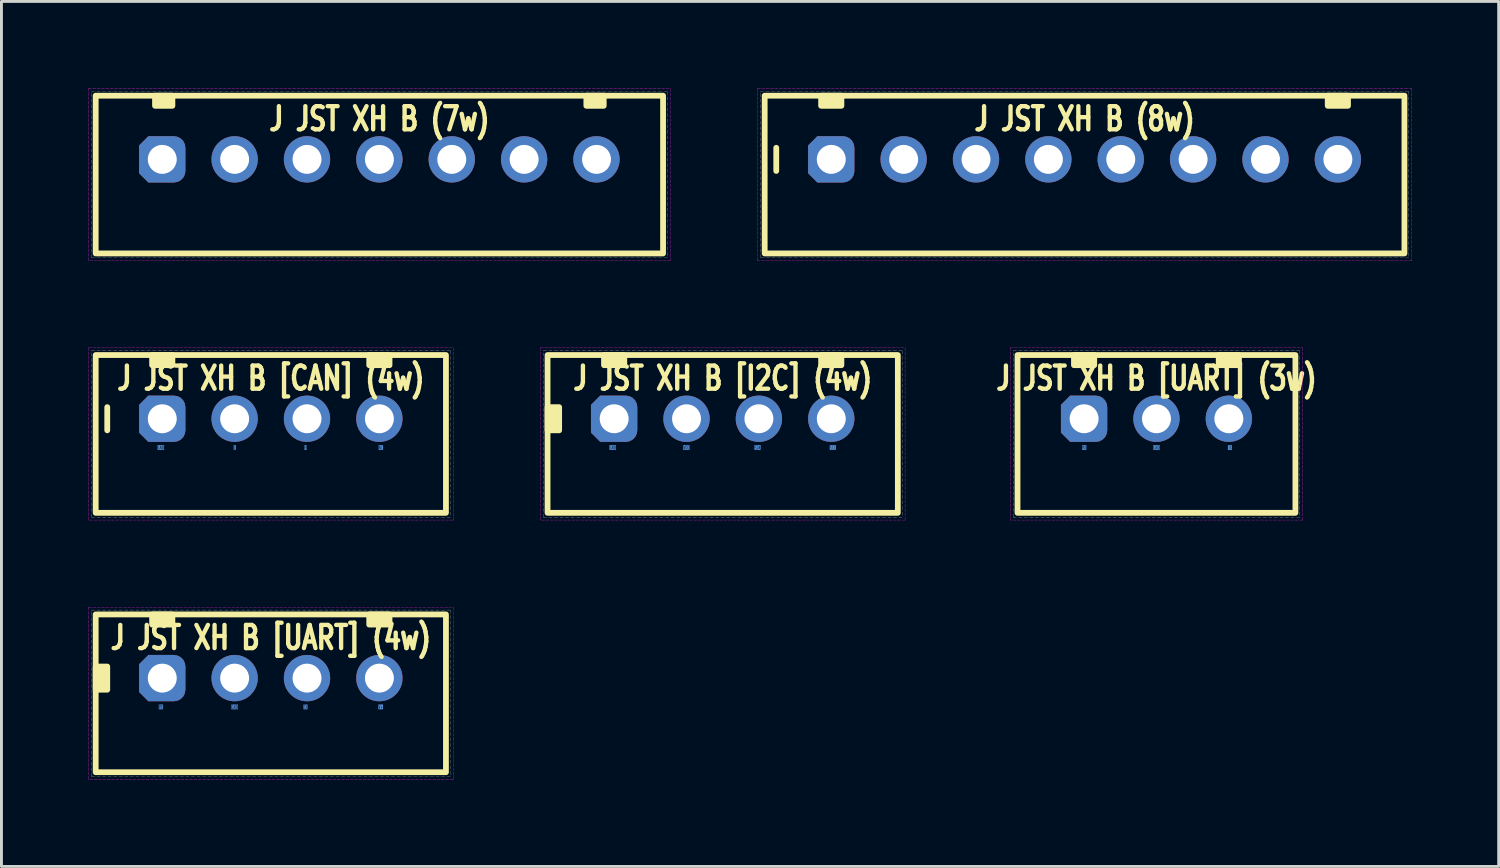
<source format=kicad_pcb>
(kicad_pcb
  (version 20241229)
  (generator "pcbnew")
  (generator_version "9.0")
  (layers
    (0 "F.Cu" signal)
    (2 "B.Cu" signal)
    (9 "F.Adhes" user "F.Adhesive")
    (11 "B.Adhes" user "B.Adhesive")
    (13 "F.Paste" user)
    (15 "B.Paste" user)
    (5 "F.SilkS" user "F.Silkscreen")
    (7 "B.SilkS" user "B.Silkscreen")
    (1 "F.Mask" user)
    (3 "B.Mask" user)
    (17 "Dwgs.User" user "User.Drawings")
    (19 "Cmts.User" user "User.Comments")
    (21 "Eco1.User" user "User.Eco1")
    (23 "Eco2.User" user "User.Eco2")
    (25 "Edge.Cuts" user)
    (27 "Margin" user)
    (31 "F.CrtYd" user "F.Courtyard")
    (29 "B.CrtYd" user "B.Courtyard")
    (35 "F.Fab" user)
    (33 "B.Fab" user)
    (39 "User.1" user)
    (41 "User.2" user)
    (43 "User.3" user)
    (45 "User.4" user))
  (footprint "J JST XH B [UART] (4w)"
    (layer "F.Cu")
    (at 6.305 20.375)
    (property "Reference" "J JST XH B [UART] (4w)" (at 0 -1.4 0) (layer "F.SilkS") (effects (font (size 0.8 0.6) (thickness 0.15) (bold yes))))
    (attr through_hole)
    (fp_rect (start -6.05 -2.2) (end 6.05 3.25) (stroke (width 0.2) (type default)) (fill no) (layer "F.SilkS"))
    (fp_rect (start -6.05 -0.4) (end -5.65 0.4) (stroke (width 0.2) (type solid)) (fill yes) (layer "F.SilkS"))
    (fp_rect (start -4.1 -2.2) (end -3.4 -1.85) (stroke (width 0.2) (type solid)) (fill yes) (layer "F.SilkS"))
    (fp_rect (start 4.1 -2.2) (end 3.4 -1.85) (stroke (width 0.2) (type solid)) (fill yes) (layer "F.SilkS"))
    (fp_rect (start -6.3 -2.45) (end 6.3 3.5) (stroke (width 0.01) (type dash)) (fill no) (layer "F.CrtYd"))
    (fp_rect (start -6.2 -2.35) (end 6.2 3.4) (stroke (width 0.01) (type dash_dot)) (fill no) (layer "F.Fab"))
    (fp_text user "GND" (at -1.25 1 0) (layer "Cmts.User" knockout) (effects (font (size 0.13 0.07) (thickness 0.01) (bold yes))))
    (fp_text user "RX" (at -3.8 1 0) (layer "Cmts.User" knockout) (effects (font (size 0.13 0.07) (thickness 0.01) (bold yes))))
    (fp_text user "V+" (at 3.8 1 0) (layer "Cmts.User" knockout) (effects (font (size 0.13 0.07) (thickness 0.01) (bold yes))))
    (fp_text user "TX" (at 1.2 1 0) (layer "Cmts.User" knockout) (effects (font (size 0.13 0.07) (thickness 0.01) (bold yes))))
    (pad "1" thru_hole roundrect (at -3.75 0) (size 1.6 1.6) (drill 1) (layers "*.Cu" "*.Mask") (roundrect_rratio 0.25) (chamfer_ratio 0.2) (chamfer top_left bottom_left))
    (pad "2" thru_hole circle (at -1.25 0) (size 1.6 1.6) (drill 1) (layers "*.Cu" "*.Mask"))
    (pad "3" thru_hole circle (at 1.25 0) (size 1.6 1.6) (drill 1) (layers "*.Cu" "*.Mask"))
    (pad "4" thru_hole circle (at 3.75 0) (size 1.6 1.6) (drill 1) (layers "*.Cu" "*.Mask")))
  (footprint "J JST XH B [UART] (3w)"
    (layer "F.Cu")
    (at 36.899 11.415)
    (property "Reference" "J JST XH B [UART] (3w)" (at 0 -1.4 0) (layer "F.SilkS") (effects (font (size 0.8 0.6) (thickness 0.15) (bold yes))))
    (attr through_hole)
    (fp_rect (start -4.8 -2.2) (end 4.8 3.25) (stroke (width 0.2) (type default)) (fill no) (layer "F.SilkS"))
    (fp_rect (start -2.85 -2.2) (end -2.15 -1.85) (stroke (width 0.2) (type solid)) (fill yes) (layer "F.SilkS"))
    (fp_rect (start 2.85 -2.2) (end 2.15 -1.85) (stroke (width 0.2) (type solid)) (fill yes) (layer "F.SilkS"))
    (fp_rect (start -5.05 -2.45) (end 5.05 3.5) (stroke (width 0.01) (type dash)) (fill no) (layer "F.CrtYd"))
    (fp_rect (start -4.95 -2.35) (end 4.95 3.4) (stroke (width 0.01) (type dash_dot)) (fill no) (layer "F.Fab"))
    (fp_text user "RX" (at -2.5 1 0) (layer "Cmts.User" knockout) (effects (font (size 0.13 0.07) (thickness 0.01) (bold yes))))
    (fp_text user "GND" (at 0 1 0) (layer "Cmts.User" knockout) (effects (font (size 0.13 0.07) (thickness 0.01) (bold yes))))
    (fp_text user "TX" (at 2.54 1 0) (layer "Cmts.User" knockout) (effects (font (size 0.13 0.07) (thickness 0.01) (bold yes))))
    (pad "1" thru_hole roundrect (at -2.5 0) (size 1.6 1.6) (drill 1) (layers "*.Cu" "B.Mask") (roundrect_rratio 0.25) (chamfer_ratio 0.2) (chamfer top_left bottom_left))
    (pad "2" thru_hole circle (at 0 0) (size 1.6 1.6) (drill 1) (layers "*.Cu" "B.Mask"))
    (pad "3" thru_hole circle (at 2.5 0) (size 1.6 1.6) (drill 1) (layers "*.Cu" "B.Mask")))
  (footprint "J JST XH B (7w)"
    (layer "F.Cu")
    (at 10.055 2.455)
    (property "Reference" "J JST XH B (7w)" (at 0 -1.4 0) (layer "F.SilkS") (effects (font (size 0.8 0.6) (thickness 0.15) (bold yes))))
    (attr through_hole)
    (fp_rect (start -9.8 -2.2) (end 9.8 3.25) (stroke (width 0.2) (type default)) (fill no) (layer "F.SilkS"))
    (fp_rect (start -7.75 -2.2) (end -7.15 -1.85) (stroke (width 0.2) (type solid)) (fill yes) (layer "F.SilkS"))
    (fp_rect (start 7.75 -2.2) (end 7.15 -1.85) (stroke (width 0.2) (type solid)) (fill yes) (layer "F.SilkS"))
    (fp_rect (start -10.05 -2.45) (end 10.05 3.5) (stroke (width 0.01) (type dash)) (fill no) (layer "F.CrtYd"))
    (fp_rect (start -9.95 -2.35) (end 9.95 3.4) (stroke (width 0.01) (type dash_dot)) (fill no) (layer "F.Fab"))
    (pad "1" thru_hole roundrect (at -7.5 0) (size 1.6 1.6) (drill 1) (layers "*.Cu" "B.Mask") (roundrect_rratio 0.25) (chamfer_ratio 0.2) (chamfer top_left bottom_left))
    (pad "2" thru_hole circle (at -5 0) (size 1.6 1.6) (drill 1) (layers "*.Cu" "B.Mask"))
    (pad "3" thru_hole circle (at -2.5 0) (size 1.6 1.6) (drill 1) (layers "*.Cu" "B.Mask"))
    (pad "4" thru_hole circle (at 0 0) (size 1.6 1.6) (drill 1) (layers "*.Cu" "B.Mask"))
    (pad "5" thru_hole circle (at 2.5 0) (size 1.6 1.6) (drill 1) (layers "*.Cu" "B.Mask"))
    (pad "6" thru_hole circle (at 5 0) (size 1.6 1.6) (drill 1) (layers "*.Cu" "B.Mask"))
    (pad "7" thru_hole circle (at 7.5 0) (size 1.6 1.6) (drill 1) (layers "*.Cu" "B.Mask")))
  (footprint "J JST XH B (8w)"
    (layer "F.Cu")
    (at 34.415 2.455)
    (property "Reference" "J JST XH B (8w)" (at 0 -1.4 0) (layer "F.SilkS") (effects (font (size 0.8 0.6) (thickness 0.15) (bold yes))))
    (attr through_hole)
    (fp_line (start -10.65 -0.4) (end -10.65 0.4) (stroke (width 0.2) (type default)) (layer "F.SilkS"))
    (fp_rect (start -11.05 -2.2) (end 11.05 3.25) (stroke (width 0.2) (type default)) (fill no) (layer "F.SilkS"))
    (fp_rect (start -9.1 -2.2) (end -8.4 -1.85) (stroke (width 0.2) (type solid)) (fill yes) (layer "F.SilkS"))
    (fp_rect (start 9.1 -2.2) (end 8.4 -1.85) (stroke (width 0.2) (type solid)) (fill yes) (layer "F.SilkS"))
    (fp_rect (start -11.3 -2.45) (end 11.3 3.5) (stroke (width 0.01) (type dash)) (fill no) (layer "F.CrtYd"))
    (fp_rect (start -11.2 -2.35) (end 11.2 3.4) (stroke (width 0.01) (type dash_dot)) (fill no) (layer "F.Fab"))
    (pad "1" thru_hole roundrect (at -8.75 0) (size 1.6 1.6) (drill 1) (layers "*.Cu" "B.Mask") (roundrect_rratio 0.25) (chamfer_ratio 0.2) (chamfer top_left bottom_left))
    (pad "2" thru_hole circle (at -6.25 0) (size 1.6 1.6) (drill 1) (layers "*.Cu" "B.Mask"))
    (pad "3" thru_hole circle (at -3.75 0) (size 1.6 1.6) (drill 1) (layers "*.Cu" "B.Mask"))
    (pad "4" thru_hole circle (at -1.25 0) (size 1.6 1.6) (drill 1) (layers "*.Cu" "B.Mask"))
    (pad "5" thru_hole circle (at 1.25 0) (size 1.6 1.6) (drill 1) (layers "*.Cu" "B.Mask"))
    (pad "6" thru_hole circle (at 3.75 0) (size 1.6 1.6) (drill 1) (layers "*.Cu" "B.Mask"))
    (pad "7" thru_hole circle (at 6.25 0) (size 1.6 1.6) (drill 1) (layers "*.Cu" "B.Mask"))
    (pad "8" thru_hole circle (at 8.75 0) (size 1.6 1.6) (drill 1) (layers "*.Cu" "B.Mask")))
  (footprint "J JST XH B [I2C] (4w)"
    (layer "F.Cu")
    (at 21.915 11.415)
    (property "Reference" "J JST XH B [I2C] (4w)" (at 0 -1.4 0) (layer "F.SilkS") (effects (font (size 0.8 0.6) (thickness 0.15) (bold yes))))
    (attr through_hole)
    (fp_rect (start -6.05 -2.2) (end 6.05 3.25) (stroke (width 0.2) (type default)) (fill no) (layer "F.SilkS"))
    (fp_rect (start -6.05 -0.4) (end -5.65 0.4) (stroke (width 0.2) (type solid)) (fill yes) (layer "F.SilkS"))
    (fp_rect (start -4.1 -2.2) (end -3.4 -1.85) (stroke (width 0.2) (type solid)) (fill yes) (layer "F.SilkS"))
    (fp_rect (start 4.1 -2.2) (end 3.4 -1.85) (stroke (width 0.2) (type solid)) (fill yes) (layer "F.SilkS"))
    (fp_rect (start -6.3 -2.45) (end 6.3 3.5) (stroke (width 0.01) (type dash)) (fill no) (layer "F.CrtYd"))
    (fp_rect (start -6.2 -2.35) (end 6.2 3.4) (stroke (width 0.01) (type dash_dot)) (fill no) (layer "F.Fab"))
    (fp_text user "VDD" (at -1.25 1 0) (layer "Cmts.User" knockout) (effects (font (size 0.13 0.07) (thickness 0.01) (bold yes))))
    (fp_text user "SCL" (at 3.8 1 0) (layer "Cmts.User" knockout) (effects (font (size 0.13 0.07) (thickness 0.01) (bold yes))))
    (fp_text user "SDA" (at 1.2 1 0) (layer "Cmts.User" knockout) (effects (font (size 0.13 0.07) (thickness 0.01) (bold yes))))
    (fp_text user "GND" (at -3.8 1 0) (layer "Cmts.User" knockout) (effects (font (size 0.13 0.07) (thickness 0.01) (bold yes))))
    (pad "1" thru_hole roundrect (at -3.75 0) (size 1.6 1.6) (drill 1) (layers "*.Cu" "*.Mask") (roundrect_rratio 0.25) (chamfer_ratio 0.2) (chamfer top_left bottom_left))
    (pad "2" thru_hole circle (at -1.25 0) (size 1.6 1.6) (drill 1) (layers "*.Cu" "*.Mask"))
    (pad "3" thru_hole circle (at 1.25 0) (size 1.6 1.6) (drill 1) (layers "*.Cu" "*.Mask"))
    (pad "4" thru_hole circle (at 3.75 0) (size 1.6 1.6) (drill 1) (layers "*.Cu" "*.Mask")))
  (footprint "J JST XH B [CAN] (4w)"
    (layer "F.Cu")
    (at 6.305 11.415)
    (property "Reference" "J JST XH B [CAN] (4w)" (at 0 -1.4 0) (layer "F.SilkS") (effects (font (size 0.8 0.6) (thickness 0.15) (bold yes))))
    (attr through_hole)
    (fp_line (start -5.65 -0.4) (end -5.65 0.4) (stroke (width 0.2) (type default)) (layer "F.SilkS"))
    (fp_rect (start -6.05 -2.2) (end 6.05 3.25) (stroke (width 0.2) (type default)) (fill no) (layer "F.SilkS"))
    (fp_rect (start -4.1 -2.2) (end -3.4 -1.85) (stroke (width 0.2) (type solid)) (fill yes) (layer "F.SilkS"))
    (fp_rect (start 4.1 -2.2) (end 3.4 -1.85) (stroke (width 0.2) (type solid)) (fill yes) (layer "F.SilkS"))
    (fp_rect (start -6.3 -2.45) (end 6.3 3.5) (stroke (width 0.01) (type dash)) (fill no) (layer "F.CrtYd"))
    (fp_rect (start -6.2 -2.35) (end 6.2 3.4) (stroke (width 0.01) (type dash_dot)) (fill no) (layer "F.Fab"))
    (fp_text user "GND" (at -3.8 1 0) (layer "Cmts.User" knockout) (effects (font (size 0.13 0.07) (thickness 0.01) (bold yes))))
    (fp_text user "NC" (at 3.8 1 0) (layer "Cmts.User" knockout) (effects (font (size 0.13 0.07) (thickness 0.01) (bold yes))))
    (fp_text user "L" (at -1.25 1 0) (layer "Cmts.User" knockout) (effects (font (size 0.13 0.07) (thickness 0.01) (bold yes))))
    (fp_text user "H" (at 1.2 1 0) (layer "Cmts.User" knockout) (effects (font (size 0.13 0.07) (thickness 0.01) (bold yes))))
    (pad "1" thru_hole roundrect (at -3.75 0) (size 1.6 1.6) (drill 1) (layers "*.Cu" "B.Mask") (roundrect_rratio 0.25) (chamfer_ratio 0.2) (chamfer top_left bottom_left))
    (pad "2" thru_hole circle (at -1.25 0) (size 1.6 1.6) (drill 1) (layers "*.Cu" "B.Mask"))
    (pad "3" thru_hole circle (at 1.25 0) (size 1.6 1.6) (drill 1) (layers "*.Cu" "B.Mask"))
    (pad "4" thru_hole circle (at 3.75 0) (size 1.6 1.6) (drill 1) (layers "*.Cu" "B.Mask")))
  (gr_rect
    (start -3 -3)
    (end 48.72 26.88)
    (stroke (width 0.1) (type default))
    (fill no)
    (layer "Edge.Cuts")))
</source>
